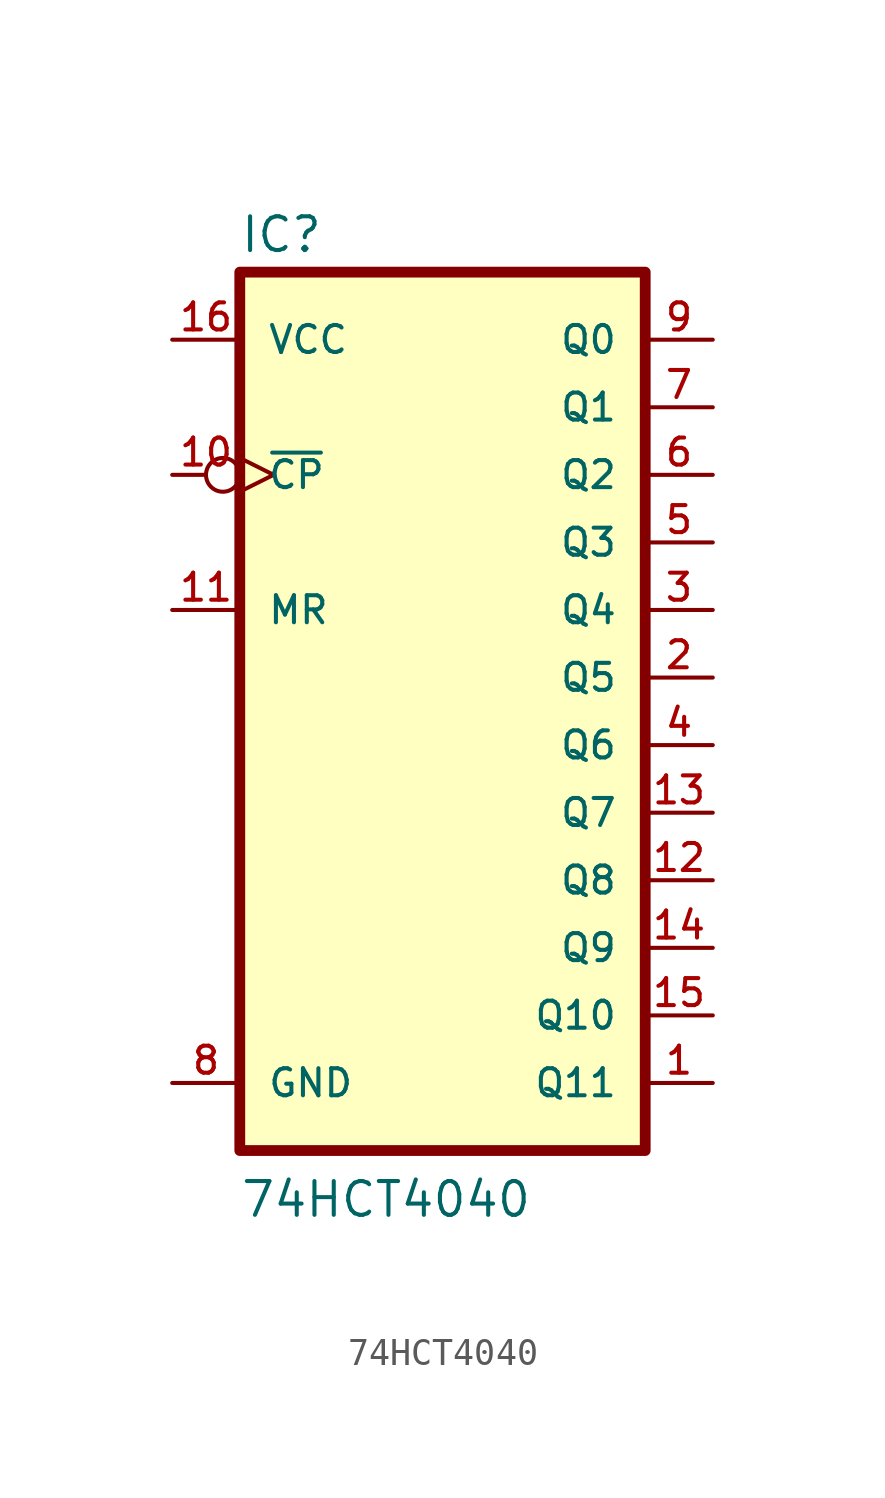
<source format=kicad_sym>
(kicad_symbol_lib
  (version 20211014)
  (generator kicad_symbol_editor)
  (symbol "74HCT4040"
    (pin_names
      (offset 1.016))
    (property "Reference" "IC"
      (at -7.635 15.906 0)
      (effects (font (size 1.27 1.27)) (justify bottom left)))
    (property "Value" "74HCT4040"
      (at -7.635 -20.36 0)
      (effects (font (size 1.27 1.27)) (justify bottom left)))
    (symbol "74HCT4040_0_0"
      (rectangle (start -7.62 -17.78) (end 7.62 15.24) (stroke (width 0.406)) (fill (type background)))
      (pin output line (at 10.16 -15.24 180.0) (length 2.54) (name "Q11" (effects (font (size 1.016 1.016)))) (number "1" (effects (font (size 1.016 1.016)))))
      (pin output line (at 10.16 0.0 180.0) (length 2.54) (name "Q5" (effects (font (size 1.016 1.016)))) (number "2" (effects (font (size 1.016 1.016)))))
      (pin output line (at 10.16 2.54 180.0) (length 2.54) (name "Q4" (effects (font (size 1.016 1.016)))) (number "3" (effects (font (size 1.016 1.016)))))
      (pin output line (at 10.16 -2.54 180.0) (length 2.54) (name "Q6" (effects (font (size 1.016 1.016)))) (number "4" (effects (font (size 1.016 1.016)))))
      (pin output line (at 10.16 5.08 180.0) (length 2.54) (name "Q3" (effects (font (size 1.016 1.016)))) (number "5" (effects (font (size 1.016 1.016)))))
      (pin output line (at 10.16 7.62 180.0) (length 2.54) (name "Q2" (effects (font (size 1.016 1.016)))) (number "6" (effects (font (size 1.016 1.016)))))
      (pin output line (at 10.16 10.16 180.0) (length 2.54) (name "Q1" (effects (font (size 1.016 1.016)))) (number "7" (effects (font (size 1.016 1.016)))))
      (pin output line (at 10.16 12.7 180.0) (length 2.54) (name "Q0" (effects (font (size 1.016 1.016)))) (number "9" (effects (font (size 1.016 1.016)))))
      (pin input inverted_clock (at -10.16 7.62 0) (length 2.54) (name "~{CP}" (effects (font (size 1.016 1.016)))) (number "10" (effects (font (size 1.016 1.016)))))
      (pin input line (at -10.16 2.54 0) (length 2.54) (name "MR" (effects (font (size 1.016 1.016)))) (number "11" (effects (font (size 1.016 1.016)))))
      (pin output line (at 10.16 -7.62 180.0) (length 2.54) (name "Q8" (effects (font (size 1.016 1.016)))) (number "12" (effects (font (size 1.016 1.016)))))
      (pin output line (at 10.16 -5.08 180.0) (length 2.54) (name "Q7" (effects (font (size 1.016 1.016)))) (number "13" (effects (font (size 1.016 1.016)))))
      (pin output line (at 10.16 -10.16 180.0) (length 2.54) (name "Q9" (effects (font (size 1.016 1.016)))) (number "14" (effects (font (size 1.016 1.016)))))
      (pin output line (at 10.16 -12.7 180.0) (length 2.54) (name "Q10" (effects (font (size 1.016 1.016)))) (number "15" (effects (font (size 1.016 1.016)))))
      (pin power_in line (at -10.16 12.7 0) (length 2.54) (name "VCC" (effects (font (size 1.016 1.016)))) (number "16" (effects (font (size 1.016 1.016)))))
      (pin power_in line (at -10.16 -15.24 0) (length 2.54) (name "GND" (effects (font (size 1.016 1.016)))) (number "8" (effects (font (size 1.016 1.016))))))))
</source>
